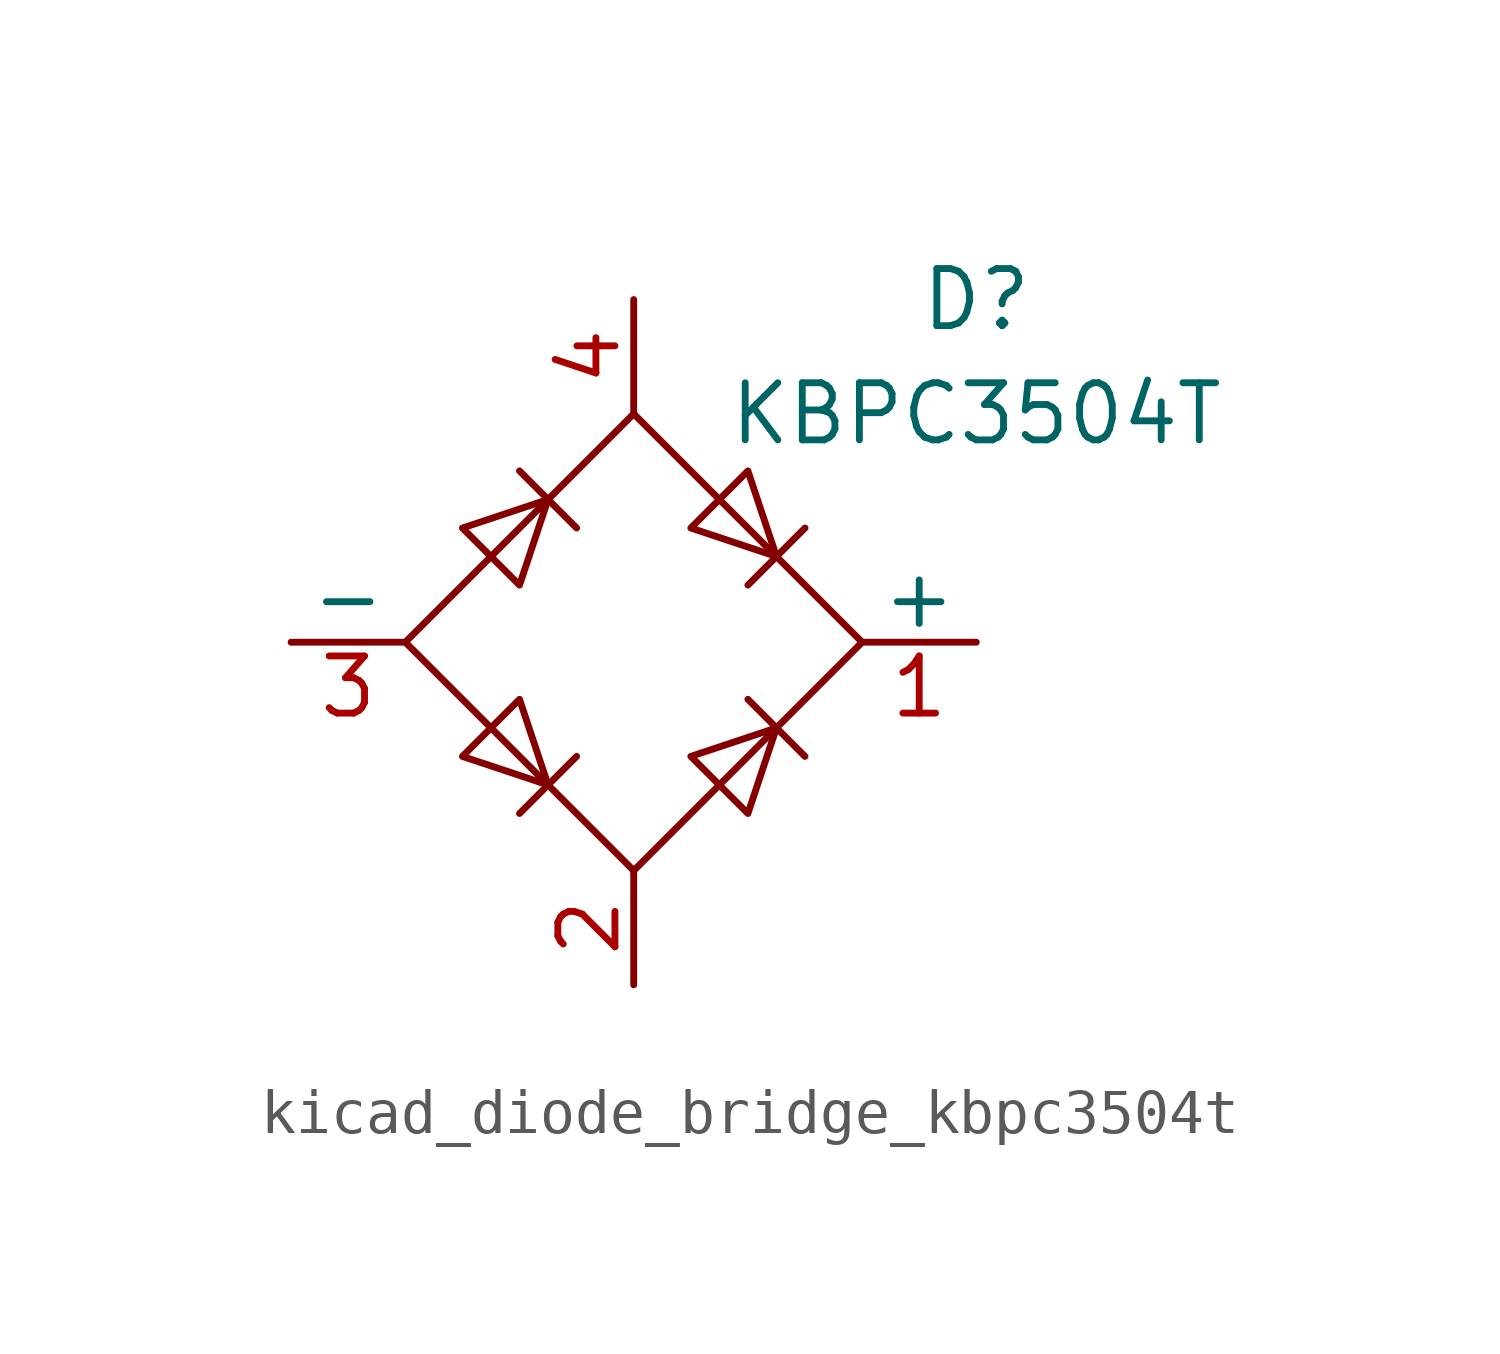
<source format=kicad_sym>
(kicad_symbol_lib
  (version 20220914)
  (generator kicad_symbol_editor)
  (symbol "kicad_diode_bridge_kbpc3504t"
    (pin_names
      (offset 0))
    (property "Reference" "D"
      (at 7.62 7.62 0)
      (effects (font (size 1.27 1.27))))
    (property "Value" "KBPC3504T"
      (at 7.62 5.08 0)
      (effects (font (size 1.27 1.27))))
    (symbol "kicad_diode_bridge_kbpc3504t_0_1"
      (polyline (pts (xy -2.54 3.81) (xy -1.27 2.54)) (stroke (width 0) (type default)) (fill (type none)))
      (polyline (pts (xy -1.27 -2.54) (xy -2.54 -3.81)) (stroke (width 0) (type default)) (fill (type none)))
      (polyline (pts (xy 2.54 -1.27) (xy 3.81 -2.54)) (stroke (width 0) (type default)) (fill (type none)))
      (polyline (pts (xy 2.54 1.27) (xy 3.81 2.54)) (stroke (width 0) (type default)) (fill (type none)))
      (polyline (pts (xy -3.81 2.54) (xy -2.54 1.27) (xy -1.905 3.175) (xy -3.81 2.54)) (stroke (width 0) (type default)) (fill (type none)))
      (polyline (pts (xy -2.54 -1.27) (xy -3.81 -2.54) (xy -1.905 -3.175) (xy -2.54 -1.27)) (stroke (width 0) (type default)) (fill (type none)))
      (polyline (pts (xy 1.27 2.54) (xy 2.54 3.81) (xy 3.175 1.905) (xy 1.27 2.54)) (stroke (width 0) (type default)) (fill (type none)))
      (polyline (pts (xy 3.175 -1.905) (xy 1.27 -2.54) (xy 2.54 -3.81) (xy 3.175 -1.905)) (stroke (width 0) (type default)) (fill (type none)))
      (polyline (pts (xy -5.08 0) (xy 0 -5.08) (xy 5.08 0) (xy 0 5.08) (xy -5.08 0)) (stroke (width 0) (type default)) (fill (type none))))
    (symbol "kicad_diode_bridge_kbpc3504t_1_1"
      (pin passive line (at 7.62 0 180) (length 2.54) (name "+" (effects (font (size 1.27 1.27)))) (number "1" (effects (font (size 1.27 1.27)))))
      (pin passive line (at 0 -7.62 90) (length 2.54) (name "~" (effects (font (size 1.27 1.27)))) (number "2" (effects (font (size 1.27 1.27)))))
      (pin passive line (at -7.62 0 0) (length 2.54) (name "-" (effects (font (size 1.27 1.27)))) (number "3" (effects (font (size 1.27 1.27)))))
      (pin passive line (at 0 7.62 270) (length 2.54) (name "~" (effects (font (size 1.27 1.27)))) (number "4" (effects (font (size 1.27 1.27))))))))
</source>
